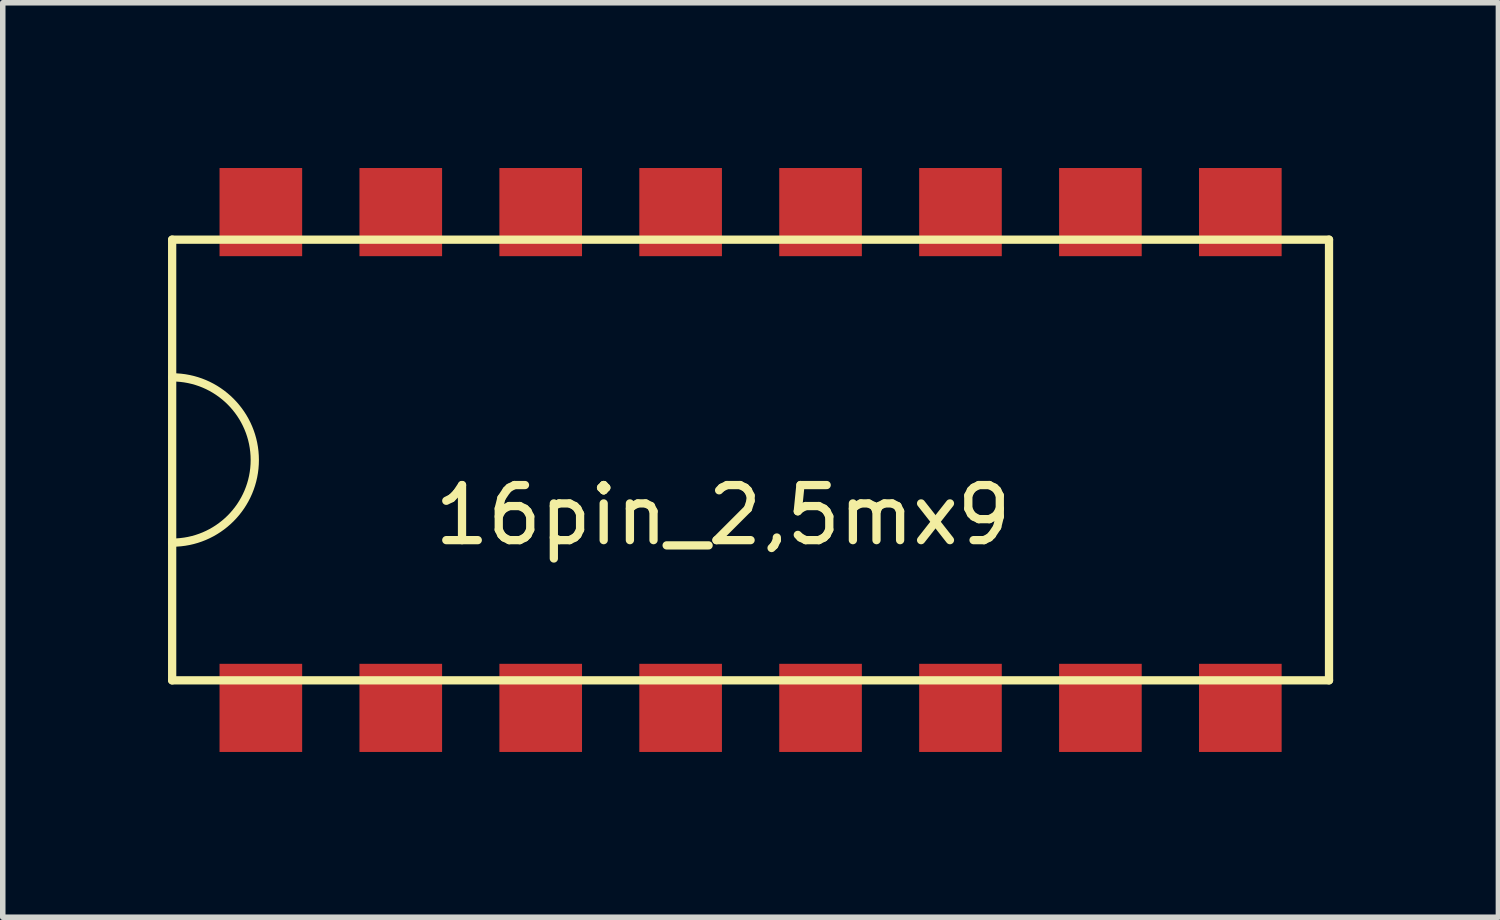
<source format=kicad_pcb>
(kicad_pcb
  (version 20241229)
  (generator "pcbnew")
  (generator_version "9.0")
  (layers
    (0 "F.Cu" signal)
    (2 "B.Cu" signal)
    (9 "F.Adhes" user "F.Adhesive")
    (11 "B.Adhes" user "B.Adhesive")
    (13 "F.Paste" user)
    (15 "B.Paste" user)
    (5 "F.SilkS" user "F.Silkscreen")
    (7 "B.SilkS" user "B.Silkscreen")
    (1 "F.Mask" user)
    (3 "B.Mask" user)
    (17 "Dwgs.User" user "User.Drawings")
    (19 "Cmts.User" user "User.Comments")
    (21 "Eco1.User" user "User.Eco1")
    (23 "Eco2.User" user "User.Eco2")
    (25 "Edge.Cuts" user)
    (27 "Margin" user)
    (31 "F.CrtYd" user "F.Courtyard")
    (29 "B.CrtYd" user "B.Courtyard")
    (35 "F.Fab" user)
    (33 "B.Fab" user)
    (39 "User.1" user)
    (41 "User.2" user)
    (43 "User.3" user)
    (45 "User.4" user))
  (footprint "16pin_2,5mx9"
    (layer "F.Cu")
    (at 10.575 5.3)
    (property "Reference" "16pin_2,5mx9" (at -0.5 1 0) (layer "F.SilkS") (effects (font (size 1 1) (thickness 0.15))))
    (attr through_hole)
    (fp_line (start -10.5 -4) (end 10.5 -4) (stroke (width 0.15) (type solid)) (layer "F.SilkS"))
    (fp_line (start -10.5 4) (end -10.5 -4) (stroke (width 0.15) (type solid)) (layer "F.SilkS"))
    (fp_line (start 10.5 -4) (end 10.5 4) (stroke (width 0.15) (type solid)) (layer "F.SilkS"))
    (fp_line (start 10.5 4) (end -10.5 4) (stroke (width 0.15) (type solid)) (layer "F.SilkS"))
    (fp_arc (start -10.5 -1.5) (mid -9 0) (end -10.5 1.5) (stroke (width 0.15) (type solid)) (layer "F.SilkS"))
    (pad "1" smd rect (at -8.89 4.5) (size 1.5 1.6) (layers "F.Cu" "F.Mask" "F.Paste"))
    (pad "2" smd rect (at -6.35 4.5) (size 1.5 1.6) (layers "F.Cu" "F.Mask" "F.Paste"))
    (pad "3" smd rect (at -3.81 4.5) (size 1.5 1.6) (layers "F.Cu" "F.Mask" "F.Paste"))
    (pad "4" smd rect (at -1.27 4.5) (size 1.5 1.6) (layers "F.Cu" "F.Mask" "F.Paste"))
    (pad "5" smd rect (at 1.27 4.5) (size 1.5 1.6) (layers "F.Cu" "F.Mask" "F.Paste"))
    (pad "6" smd rect (at 3.81 4.5) (size 1.5 1.6) (layers "F.Cu" "F.Mask" "F.Paste"))
    (pad "7" smd rect (at 6.35 4.5) (size 1.5 1.6) (layers "F.Cu" "F.Mask" "F.Paste"))
    (pad "8" smd rect (at 8.89 4.5) (size 1.5 1.6) (layers "F.Cu" "F.Mask" "F.Paste"))
    (pad "9" smd rect (at 8.89 -4.5) (size 1.5 1.6) (layers "F.Cu" "F.Mask" "F.Paste"))
    (pad "10" smd rect (at 6.35 -4.5) (size 1.5 1.6) (layers "F.Cu" "F.Mask" "F.Paste"))
    (pad "11" smd rect (at 3.81 -4.5) (size 1.5 1.6) (layers "F.Cu" "F.Mask" "F.Paste"))
    (pad "12" smd rect (at 1.27 -4.5) (size 1.5 1.6) (layers "F.Cu" "F.Mask" "F.Paste"))
    (pad "13" smd rect (at -1.27 -4.5) (size 1.5 1.6) (layers "F.Cu" "F.Mask" "F.Paste"))
    (pad "14" smd rect (at -3.81 -4.5) (size 1.5 1.6) (layers "F.Cu" "F.Mask" "F.Paste"))
    (pad "15" smd rect (at -6.35 -4.5) (size 1.5 1.6) (layers "F.Cu" "F.Mask" "F.Paste"))
    (pad "16" smd rect (at -8.89 -4.5) (size 1.5 1.6) (layers "F.Cu" "F.Mask" "F.Paste")))
  (gr_rect
    (start -3 -3)
    (end 24.15 13.6)
    (stroke (width 0.1) (type default))
    (fill no)
    (layer "Edge.Cuts")))
</source>
